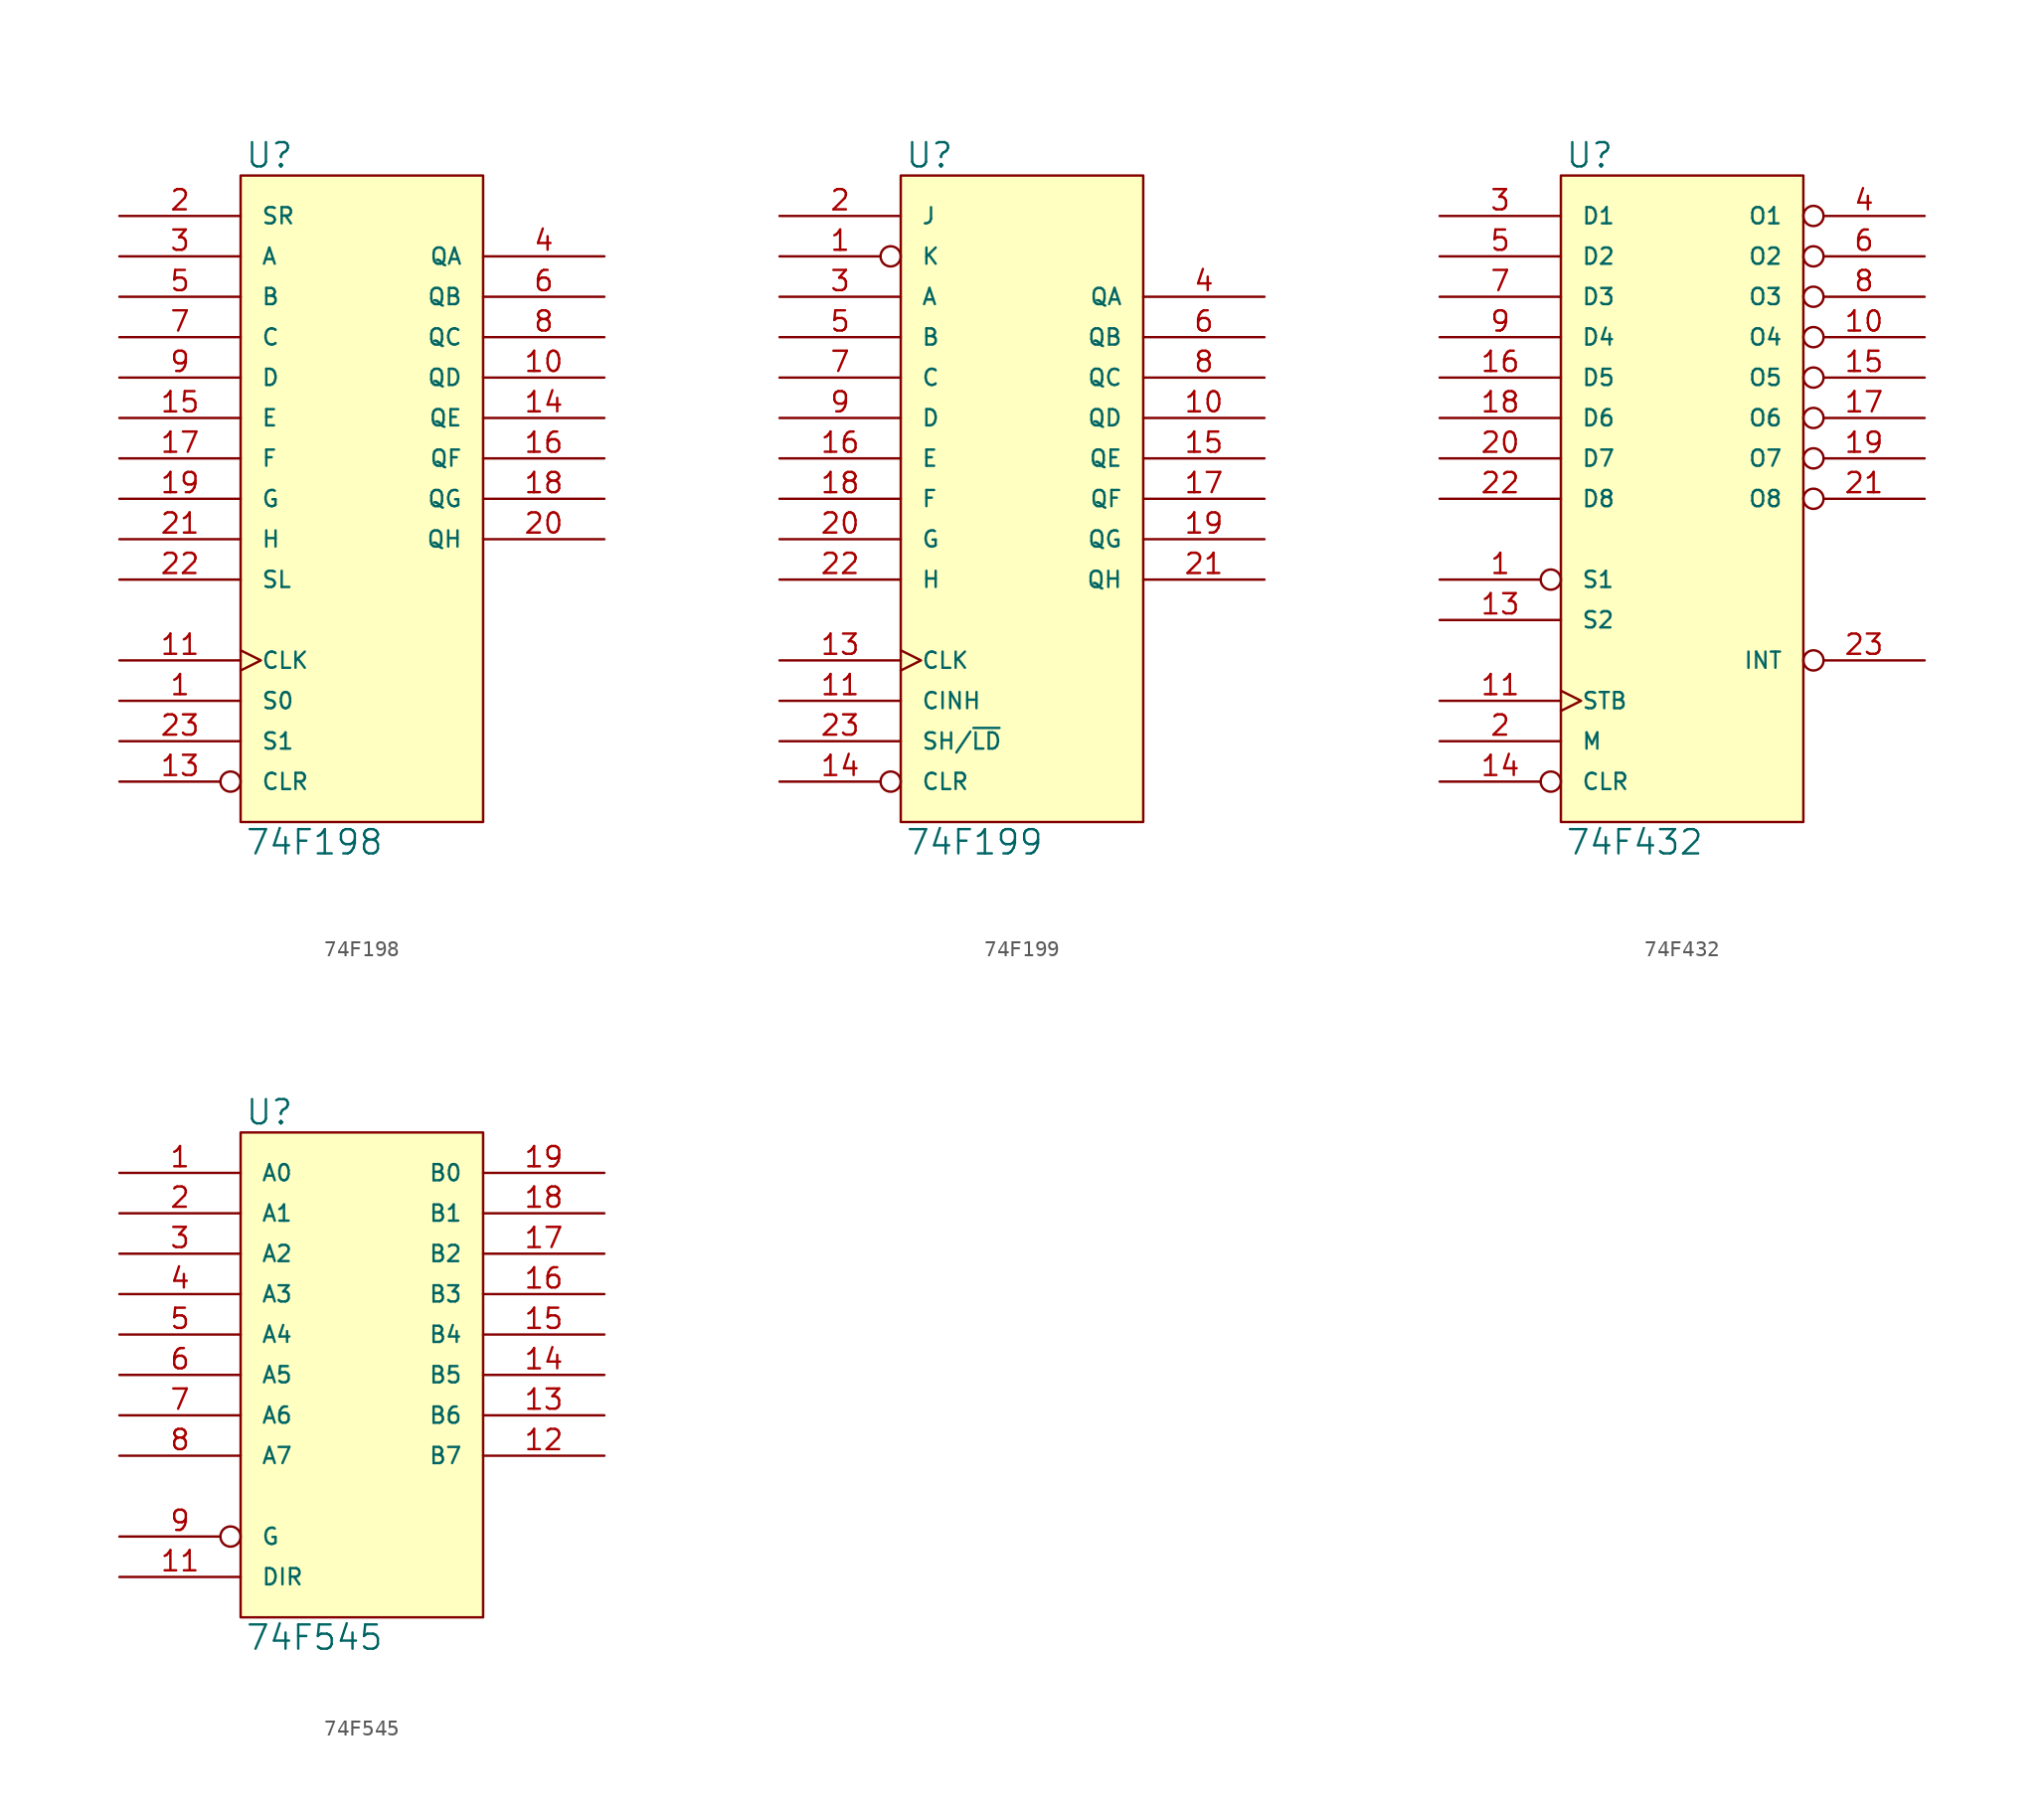
<source format=kicad_sym>
(kicad_symbol_lib
  (version 20231120)
  (generator "kicad_symbol_editor")
  (generator_version "8.0")
  (symbol "74F198"
    (pin_names
      (offset 1.27))
    (property "Reference" "U"
      (at 0.254 0.381 0)
      (effects (font (size 1.524 1.524)) (justify left bottom)))
    (property "Value" "74F198"
      (at 0.254 -41.021 0)
      (effects (font (size 1.524 1.524)) (justify left top)))
    (symbol "74F198_0_1"
      (rectangle (start 0 0) (end 15.24 -40.64) (stroke (width 0) (type solid)) (fill (type background))))
    (symbol "74F198_1_1"
      (pin input line (at -7.62 -33.02 0) (length 7.62) (name "S0" (effects (font (size 1.016 1.016)))) (number "1" (effects (font (size 1.27 1.27)))))
      (pin output line (at 22.86 -12.7 180) (length 7.62) (name "QD" (effects (font (size 1.016 1.016)))) (number "10" (effects (font (size 1.27 1.27)))))
      (pin input clock (at -7.62 -30.48 0) (length 7.62) (name "CLK" (effects (font (size 1.016 1.016)))) (number "11" (effects (font (size 1.27 1.27)))))
      (pin power_in line (at 0 -40.64 90) (length 0) hide (name "GND" (effects (font (size 1.016 1.016)))) (number "12" (effects (font (size 1.27 1.27)))))
      (pin input inverted (at -7.62 -38.1 0) (length 7.62) (name "CLR" (effects (font (size 1.016 1.016)))) (number "13" (effects (font (size 1.27 1.27)))))
      (pin output line (at 22.86 -15.24 180) (length 7.62) (name "QE" (effects (font (size 1.016 1.016)))) (number "14" (effects (font (size 1.27 1.27)))))
      (pin input line (at -7.62 -15.24 0) (length 7.62) (name "E" (effects (font (size 1.016 1.016)))) (number "15" (effects (font (size 1.27 1.27)))))
      (pin output line (at 22.86 -17.78 180) (length 7.62) (name "QF" (effects (font (size 1.016 1.016)))) (number "16" (effects (font (size 1.27 1.27)))))
      (pin input line (at -7.62 -17.78 0) (length 7.62) (name "F" (effects (font (size 1.016 1.016)))) (number "17" (effects (font (size 1.27 1.27)))))
      (pin output line (at 22.86 -20.32 180) (length 7.62) (name "QG" (effects (font (size 1.016 1.016)))) (number "18" (effects (font (size 1.27 1.27)))))
      (pin input line (at -7.62 -20.32 0) (length 7.62) (name "G" (effects (font (size 1.016 1.016)))) (number "19" (effects (font (size 1.27 1.27)))))
      (pin input line (at -7.62 -2.54 0) (length 7.62) (name "SR" (effects (font (size 1.016 1.016)))) (number "2" (effects (font (size 1.27 1.27)))))
      (pin output line (at 22.86 -22.86 180) (length 7.62) (name "QH" (effects (font (size 1.016 1.016)))) (number "20" (effects (font (size 1.27 1.27)))))
      (pin input line (at -7.62 -22.86 0) (length 7.62) (name "H" (effects (font (size 1.016 1.016)))) (number "21" (effects (font (size 1.27 1.27)))))
      (pin input line (at -7.62 -25.4 0) (length 7.62) (name "SL" (effects (font (size 1.016 1.016)))) (number "22" (effects (font (size 1.27 1.27)))))
      (pin input line (at -7.62 -35.56 0) (length 7.62) (name "S1" (effects (font (size 1.016 1.016)))) (number "23" (effects (font (size 1.27 1.27)))))
      (pin power_in line (at 0 0 270) (length 0) hide (name "VCC" (effects (font (size 1.016 1.016)))) (number "24" (effects (font (size 1.27 1.27)))))
      (pin input line (at -7.62 -5.08 0) (length 7.62) (name "A" (effects (font (size 1.016 1.016)))) (number "3" (effects (font (size 1.27 1.27)))))
      (pin output line (at 22.86 -5.08 180) (length 7.62) (name "QA" (effects (font (size 1.016 1.016)))) (number "4" (effects (font (size 1.27 1.27)))))
      (pin input line (at -7.62 -7.62 0) (length 7.62) (name "B" (effects (font (size 1.016 1.016)))) (number "5" (effects (font (size 1.27 1.27)))))
      (pin output line (at 22.86 -7.62 180) (length 7.62) (name "QB" (effects (font (size 1.016 1.016)))) (number "6" (effects (font (size 1.27 1.27)))))
      (pin input line (at -7.62 -10.16 0) (length 7.62) (name "C" (effects (font (size 1.016 1.016)))) (number "7" (effects (font (size 1.27 1.27)))))
      (pin output line (at 22.86 -10.16 180) (length 7.62) (name "QC" (effects (font (size 1.016 1.016)))) (number "8" (effects (font (size 1.27 1.27)))))
      (pin input line (at -7.62 -12.7 0) (length 7.62) (name "D" (effects (font (size 1.016 1.016)))) (number "9" (effects (font (size 1.27 1.27)))))))
  (symbol "74F199"
    (pin_names
      (offset 1.27))
    (property "Reference" "U"
      (at 0.254 0.381 0)
      (effects (font (size 1.524 1.524)) (justify left bottom)))
    (property "Value" "74F199"
      (at 0.254 -41.021 0)
      (effects (font (size 1.524 1.524)) (justify left top)))
    (symbol "74F199_0_1"
      (rectangle (start 0 0) (end 15.24 -40.64) (stroke (width 0) (type solid)) (fill (type background))))
    (symbol "74F199_1_1"
      (pin input inverted (at -7.62 -5.08 0) (length 7.62) (name "K" (effects (font (size 1.016 1.016)))) (number "1" (effects (font (size 1.27 1.27)))))
      (pin output line (at 22.86 -15.24 180) (length 7.62) (name "QD" (effects (font (size 1.016 1.016)))) (number "10" (effects (font (size 1.27 1.27)))))
      (pin input line (at -7.62 -33.02 0) (length 7.62) (name "CINH" (effects (font (size 1.016 1.016)))) (number "11" (effects (font (size 1.27 1.27)))))
      (pin power_in line (at 0 -40.64 90) (length 0) hide (name "GND" (effects (font (size 1.016 1.016)))) (number "12" (effects (font (size 1.27 1.27)))))
      (pin input clock (at -7.62 -30.48 0) (length 7.62) (name "CLK" (effects (font (size 1.016 1.016)))) (number "13" (effects (font (size 1.27 1.27)))))
      (pin input inverted (at -7.62 -38.1 0) (length 7.62) (name "CLR" (effects (font (size 1.016 1.016)))) (number "14" (effects (font (size 1.27 1.27)))))
      (pin output line (at 22.86 -17.78 180) (length 7.62) (name "QE" (effects (font (size 1.016 1.016)))) (number "15" (effects (font (size 1.27 1.27)))))
      (pin input line (at -7.62 -17.78 0) (length 7.62) (name "E" (effects (font (size 1.016 1.016)))) (number "16" (effects (font (size 1.27 1.27)))))
      (pin output line (at 22.86 -20.32 180) (length 7.62) (name "QF" (effects (font (size 1.016 1.016)))) (number "17" (effects (font (size 1.27 1.27)))))
      (pin input line (at -7.62 -20.32 0) (length 7.62) (name "F" (effects (font (size 1.016 1.016)))) (number "18" (effects (font (size 1.27 1.27)))))
      (pin output line (at 22.86 -22.86 180) (length 7.62) (name "QG" (effects (font (size 1.016 1.016)))) (number "19" (effects (font (size 1.27 1.27)))))
      (pin input line (at -7.62 -2.54 0) (length 7.62) (name "J" (effects (font (size 1.016 1.016)))) (number "2" (effects (font (size 1.27 1.27)))))
      (pin input line (at -7.62 -22.86 0) (length 7.62) (name "G" (effects (font (size 1.016 1.016)))) (number "20" (effects (font (size 1.27 1.27)))))
      (pin output line (at 22.86 -25.4 180) (length 7.62) (name "QH" (effects (font (size 1.016 1.016)))) (number "21" (effects (font (size 1.27 1.27)))))
      (pin input line (at -7.62 -25.4 0) (length 7.62) (name "H" (effects (font (size 1.016 1.016)))) (number "22" (effects (font (size 1.27 1.27)))))
      (pin input line (at -7.62 -35.56 0) (length 7.62) (name "SH/~{LD}" (effects (font (size 1.016 1.016)))) (number "23" (effects (font (size 1.27 1.27)))))
      (pin power_in line (at 0 0 270) (length 0) hide (name "VCC" (effects (font (size 1.016 1.016)))) (number "24" (effects (font (size 1.27 1.27)))))
      (pin input line (at -7.62 -7.62 0) (length 7.62) (name "A" (effects (font (size 1.016 1.016)))) (number "3" (effects (font (size 1.27 1.27)))))
      (pin output line (at 22.86 -7.62 180) (length 7.62) (name "QA" (effects (font (size 1.016 1.016)))) (number "4" (effects (font (size 1.27 1.27)))))
      (pin input line (at -7.62 -10.16 0) (length 7.62) (name "B" (effects (font (size 1.016 1.016)))) (number "5" (effects (font (size 1.27 1.27)))))
      (pin output line (at 22.86 -10.16 180) (length 7.62) (name "QB" (effects (font (size 1.016 1.016)))) (number "6" (effects (font (size 1.27 1.27)))))
      (pin input line (at -7.62 -12.7 0) (length 7.62) (name "C" (effects (font (size 1.016 1.016)))) (number "7" (effects (font (size 1.27 1.27)))))
      (pin output line (at 22.86 -12.7 180) (length 7.62) (name "QC" (effects (font (size 1.016 1.016)))) (number "8" (effects (font (size 1.27 1.27)))))
      (pin input line (at -7.62 -15.24 0) (length 7.62) (name "D" (effects (font (size 1.016 1.016)))) (number "9" (effects (font (size 1.27 1.27)))))))
  (symbol "74F432"
    (pin_names
      (offset 1.27))
    (property "Reference" "U"
      (at 0.254 0.381 0)
      (effects (font (size 1.524 1.524)) (justify left bottom)))
    (property "Value" "74F432"
      (at 0.254 -41.021 0)
      (effects (font (size 1.524 1.524)) (justify left top)))
    (symbol "74F432_0_1"
      (rectangle (start 0 0) (end 15.24 -40.64) (stroke (width 0) (type solid)) (fill (type background))))
    (symbol "74F432_1_1"
      (pin input inverted (at -7.62 -25.4 0) (length 7.62) (name "S1" (effects (font (size 1.016 1.016)))) (number "1" (effects (font (size 1.27 1.27)))))
      (pin tri_state inverted (at 22.86 -10.16 180) (length 7.62) (name "O4" (effects (font (size 1.016 1.016)))) (number "10" (effects (font (size 1.27 1.27)))))
      (pin input clock (at -7.62 -33.02 0) (length 7.62) (name "STB" (effects (font (size 1.016 1.016)))) (number "11" (effects (font (size 1.27 1.27)))))
      (pin power_in line (at 0 -40.64 90) (length 0) hide (name "GND" (effects (font (size 1.016 1.016)))) (number "12" (effects (font (size 1.27 1.27)))))
      (pin input line (at -7.62 -27.94 0) (length 7.62) (name "S2" (effects (font (size 1.016 1.016)))) (number "13" (effects (font (size 1.27 1.27)))))
      (pin input inverted (at -7.62 -38.1 0) (length 7.62) (name "CLR" (effects (font (size 1.016 1.016)))) (number "14" (effects (font (size 1.27 1.27)))))
      (pin tri_state inverted (at 22.86 -12.7 180) (length 7.62) (name "O5" (effects (font (size 1.016 1.016)))) (number "15" (effects (font (size 1.27 1.27)))))
      (pin input line (at -7.62 -12.7 0) (length 7.62) (name "D5" (effects (font (size 1.016 1.016)))) (number "16" (effects (font (size 1.27 1.27)))))
      (pin tri_state inverted (at 22.86 -15.24 180) (length 7.62) (name "O6" (effects (font (size 1.016 1.016)))) (number "17" (effects (font (size 1.27 1.27)))))
      (pin input line (at -7.62 -15.24 0) (length 7.62) (name "D6" (effects (font (size 1.016 1.016)))) (number "18" (effects (font (size 1.27 1.27)))))
      (pin tri_state inverted (at 22.86 -17.78 180) (length 7.62) (name "O7" (effects (font (size 1.016 1.016)))) (number "19" (effects (font (size 1.27 1.27)))))
      (pin input line (at -7.62 -35.56 0) (length 7.62) (name "M" (effects (font (size 1.016 1.016)))) (number "2" (effects (font (size 1.27 1.27)))))
      (pin input line (at -7.62 -17.78 0) (length 7.62) (name "D7" (effects (font (size 1.016 1.016)))) (number "20" (effects (font (size 1.27 1.27)))))
      (pin tri_state inverted (at 22.86 -20.32 180) (length 7.62) (name "O8" (effects (font (size 1.016 1.016)))) (number "21" (effects (font (size 1.27 1.27)))))
      (pin input line (at -7.62 -20.32 0) (length 7.62) (name "D8" (effects (font (size 1.016 1.016)))) (number "22" (effects (font (size 1.27 1.27)))))
      (pin output inverted (at 22.86 -30.48 180) (length 7.62) (name "INT" (effects (font (size 1.016 1.016)))) (number "23" (effects (font (size 1.27 1.27)))))
      (pin power_in line (at 0 0 270) (length 0) hide (name "VCC" (effects (font (size 1.016 1.016)))) (number "24" (effects (font (size 1.27 1.27)))))
      (pin input line (at -7.62 -2.54 0) (length 7.62) (name "D1" (effects (font (size 1.016 1.016)))) (number "3" (effects (font (size 1.27 1.27)))))
      (pin tri_state inverted (at 22.86 -2.54 180) (length 7.62) (name "O1" (effects (font (size 1.016 1.016)))) (number "4" (effects (font (size 1.27 1.27)))))
      (pin input line (at -7.62 -5.08 0) (length 7.62) (name "D2" (effects (font (size 1.016 1.016)))) (number "5" (effects (font (size 1.27 1.27)))))
      (pin tri_state inverted (at 22.86 -5.08 180) (length 7.62) (name "O2" (effects (font (size 1.016 1.016)))) (number "6" (effects (font (size 1.27 1.27)))))
      (pin input line (at -7.62 -7.62 0) (length 7.62) (name "D3" (effects (font (size 1.016 1.016)))) (number "7" (effects (font (size 1.27 1.27)))))
      (pin tri_state inverted (at 22.86 -7.62 180) (length 7.62) (name "O3" (effects (font (size 1.016 1.016)))) (number "8" (effects (font (size 1.27 1.27)))))
      (pin input line (at -7.62 -10.16 0) (length 7.62) (name "D4" (effects (font (size 1.016 1.016)))) (number "9" (effects (font (size 1.27 1.27)))))))
  (symbol "74F545"
    (pin_names
      (offset 1.27))
    (property "Reference" "U"
      (at 0.254 0.381 0)
      (effects (font (size 1.524 1.524)) (justify left bottom)))
    (property "Value" "74F545"
      (at 0.254 -30.861 0)
      (effects (font (size 1.524 1.524)) (justify left top)))
    (symbol "74F545_0_1"
      (rectangle (start 0 0) (end 15.24 -30.48) (stroke (width 0) (type solid)) (fill (type background))))
    (symbol "74F545_1_1"
      (pin bidirectional line (at -7.62 -2.54 0) (length 7.62) (name "A0" (effects (font (size 1.016 1.016)))) (number "1" (effects (font (size 1.27 1.27)))))
      (pin power_in line (at 0 -30.48 90) (length 0) hide (name "GND" (effects (font (size 1.016 1.016)))) (number "10" (effects (font (size 1.27 1.27)))))
      (pin input line (at -7.62 -27.94 0) (length 7.62) (name "DIR" (effects (font (size 1.016 1.016)))) (number "11" (effects (font (size 1.27 1.27)))))
      (pin bidirectional line (at 22.86 -20.32 180) (length 7.62) (name "B7" (effects (font (size 1.016 1.016)))) (number "12" (effects (font (size 1.27 1.27)))))
      (pin bidirectional line (at 22.86 -17.78 180) (length 7.62) (name "B6" (effects (font (size 1.016 1.016)))) (number "13" (effects (font (size 1.27 1.27)))))
      (pin bidirectional line (at 22.86 -15.24 180) (length 7.62) (name "B5" (effects (font (size 1.016 1.016)))) (number "14" (effects (font (size 1.27 1.27)))))
      (pin bidirectional line (at 22.86 -12.7 180) (length 7.62) (name "B4" (effects (font (size 1.016 1.016)))) (number "15" (effects (font (size 1.27 1.27)))))
      (pin bidirectional line (at 22.86 -10.16 180) (length 7.62) (name "B3" (effects (font (size 1.016 1.016)))) (number "16" (effects (font (size 1.27 1.27)))))
      (pin bidirectional line (at 22.86 -7.62 180) (length 7.62) (name "B2" (effects (font (size 1.016 1.016)))) (number "17" (effects (font (size 1.27 1.27)))))
      (pin bidirectional line (at 22.86 -5.08 180) (length 7.62) (name "B1" (effects (font (size 1.016 1.016)))) (number "18" (effects (font (size 1.27 1.27)))))
      (pin bidirectional line (at 22.86 -2.54 180) (length 7.62) (name "B0" (effects (font (size 1.016 1.016)))) (number "19" (effects (font (size 1.27 1.27)))))
      (pin bidirectional line (at -7.62 -5.08 0) (length 7.62) (name "A1" (effects (font (size 1.016 1.016)))) (number "2" (effects (font (size 1.27 1.27)))))
      (pin power_in line (at 0 0 270) (length 0) hide (name "VCC" (effects (font (size 1.016 1.016)))) (number "20" (effects (font (size 1.27 1.27)))))
      (pin bidirectional line (at -7.62 -7.62 0) (length 7.62) (name "A2" (effects (font (size 1.016 1.016)))) (number "3" (effects (font (size 1.27 1.27)))))
      (pin bidirectional line (at -7.62 -10.16 0) (length 7.62) (name "A3" (effects (font (size 1.016 1.016)))) (number "4" (effects (font (size 1.27 1.27)))))
      (pin bidirectional line (at -7.62 -12.7 0) (length 7.62) (name "A4" (effects (font (size 1.016 1.016)))) (number "5" (effects (font (size 1.27 1.27)))))
      (pin bidirectional line (at -7.62 -15.24 0) (length 7.62) (name "A5" (effects (font (size 1.016 1.016)))) (number "6" (effects (font (size 1.27 1.27)))))
      (pin bidirectional line (at -7.62 -17.78 0) (length 7.62) (name "A6" (effects (font (size 1.016 1.016)))) (number "7" (effects (font (size 1.27 1.27)))))
      (pin bidirectional line (at -7.62 -20.32 0) (length 7.62) (name "A7" (effects (font (size 1.016 1.016)))) (number "8" (effects (font (size 1.27 1.27)))))
      (pin input inverted (at -7.62 -25.4 0) (length 7.62) (name "G" (effects (font (size 1.016 1.016)))) (number "9" (effects (font (size 1.27 1.27))))))))
</source>
